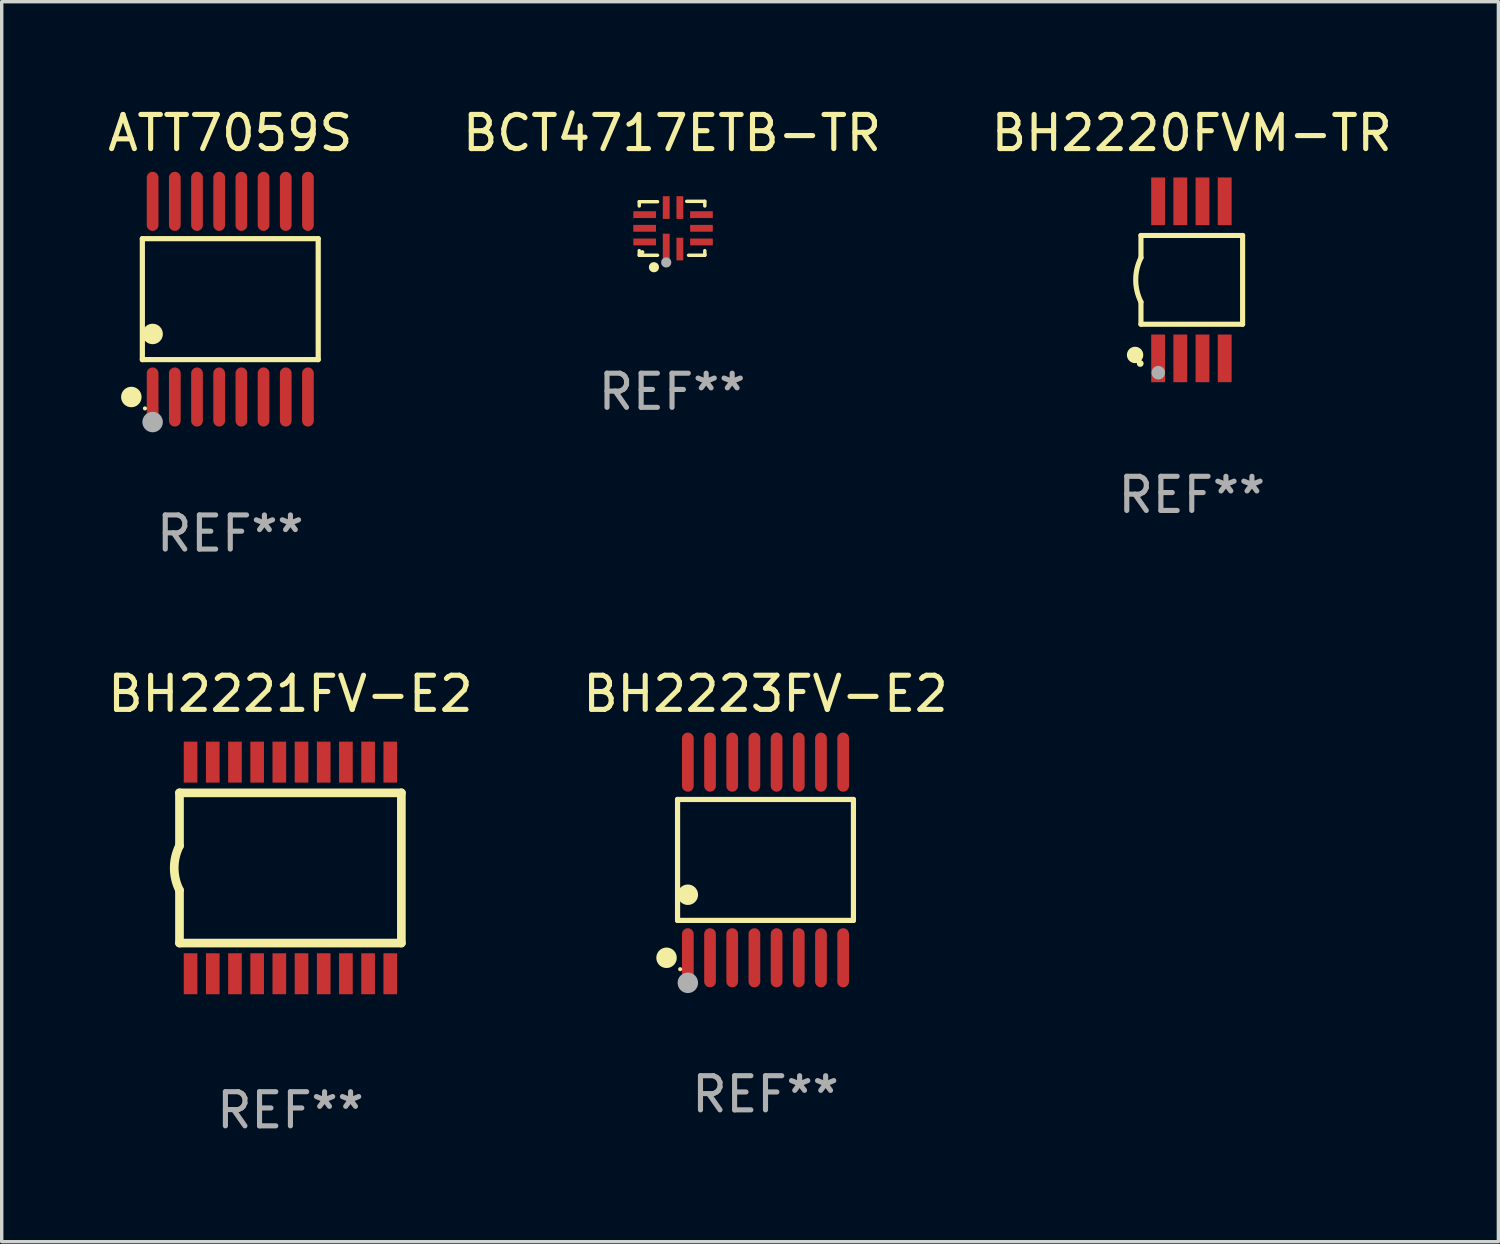
<source format=kicad_pcb>
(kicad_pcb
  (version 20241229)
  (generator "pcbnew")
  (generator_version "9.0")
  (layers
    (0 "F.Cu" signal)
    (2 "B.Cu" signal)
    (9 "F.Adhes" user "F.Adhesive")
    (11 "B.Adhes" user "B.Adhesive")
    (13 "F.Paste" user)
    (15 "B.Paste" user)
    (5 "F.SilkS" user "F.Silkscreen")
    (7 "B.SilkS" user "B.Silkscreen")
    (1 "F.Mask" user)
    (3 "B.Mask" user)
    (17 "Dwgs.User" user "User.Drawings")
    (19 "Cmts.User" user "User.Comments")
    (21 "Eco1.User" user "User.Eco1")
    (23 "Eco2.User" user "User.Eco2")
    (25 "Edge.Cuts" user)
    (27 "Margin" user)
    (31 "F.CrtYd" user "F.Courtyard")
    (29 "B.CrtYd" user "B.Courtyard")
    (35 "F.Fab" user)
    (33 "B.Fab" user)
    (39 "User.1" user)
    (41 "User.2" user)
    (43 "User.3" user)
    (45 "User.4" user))
  (footprint "BH2223FV-E2"
    (layer "F.Cu")
    (at 19.375 22.142)
    (property "Reference" "BH2223FV-E2" (at 0 -4.866 0) (layer "F.SilkS") (effects (font (size 1 1) (thickness 0.15))))
    (attr through_hole)
    (fp_line (start -2.576 -1.772) (end 2.576 -1.772) (stroke (width 0.152) (type solid)) (layer "F.SilkS"))
    (fp_line (start -2.576 1.771) (end -2.576 -1.772) (stroke (width 0.152) (type solid)) (layer "F.SilkS"))
    (fp_line (start 2.576 -1.772) (end 2.576 1.771) (stroke (width 0.152) (type solid)) (layer "F.SilkS"))
    (fp_line (start 2.576 1.771) (end -2.576 1.771) (stroke (width 0.152) (type solid)) (layer "F.SilkS"))
    (fp_circle (center -2.899 2.866) (end -2.749 2.866) (stroke (width 0.3) (type solid)) (fill no) (layer "F.SilkS"))
    (fp_circle (center -2.5 3.2) (end -2.47 3.2) (stroke (width 0.06) (type solid)) (fill no) (layer "F.SilkS"))
    (fp_circle (center -2.275 1.019) (end -2.125 1.019) (stroke (width 0.3) (type solid)) (fill no) (layer "F.SilkS"))
    (fp_circle (center -2.275 3.6) (end -2.125 3.6) (stroke (width 0.3) (type solid)) (fill no) (layer "F.Fab"))
    (fp_text user "REF**" (at 0 6.866 0) (layer "F.Fab") (effects (font (size 1 1) (thickness 0.15))))
    (pad "1" smd oval (at -2.275 2.866) (size 0.343 1.731) (layers "F.Cu" "F.Mask" "F.Paste"))
    (pad "2" smd oval (at -1.625 2.866) (size 0.343 1.731) (layers "F.Cu" "F.Mask" "F.Paste"))
    (pad "3" smd oval (at -0.975 2.866) (size 0.343 1.731) (layers "F.Cu" "F.Mask" "F.Paste"))
    (pad "4" smd oval (at -0.325 2.866) (size 0.343 1.731) (layers "F.Cu" "F.Mask" "F.Paste"))
    (pad "5" smd oval (at 0.325 2.866) (size 0.343 1.731) (layers "F.Cu" "F.Mask" "F.Paste"))
    (pad "6" smd oval (at 0.975 2.866) (size 0.343 1.731) (layers "F.Cu" "F.Mask" "F.Paste"))
    (pad "7" smd oval (at 1.625 2.866) (size 0.343 1.731) (layers "F.Cu" "F.Mask" "F.Paste"))
    (pad "8" smd oval (at 2.275 2.866) (size 0.343 1.731) (layers "F.Cu" "F.Mask" "F.Paste"))
    (pad "9" smd oval (at 2.275 -2.866) (size 0.343 1.731) (layers "F.Cu" "F.Mask" "F.Paste"))
    (pad "10" smd oval (at 1.625 -2.866) (size 0.343 1.731) (layers "F.Cu" "F.Mask" "F.Paste"))
    (pad "11" smd oval (at 0.975 -2.866) (size 0.343 1.731) (layers "F.Cu" "F.Mask" "F.Paste"))
    (pad "12" smd oval (at 0.325 -2.866) (size 0.343 1.731) (layers "F.Cu" "F.Mask" "F.Paste"))
    (pad "13" smd oval (at -0.325 -2.866) (size 0.343 1.731) (layers "F.Cu" "F.Mask" "F.Paste"))
    (pad "14" smd oval (at -0.975 -2.866) (size 0.343 1.731) (layers "F.Cu" "F.Mask" "F.Paste"))
    (pad "15" smd oval (at -1.625 -2.866) (size 0.343 1.731) (layers "F.Cu" "F.Mask" "F.Paste"))
    (pad "16" smd oval (at -2.275 -2.866) (size 0.343 1.731) (layers "F.Cu" "F.Mask" "F.Paste")))
  (footprint "BH2221FV-E2"
    (layer "F.Cu")
    (at 5.458 22.376)
    (property "Reference" "BH2221FV-E2" (at 0 -5.1 0) (layer "F.SilkS") (effects (font (size 1 1) (thickness 0.15))))
    (attr through_hole)
    (fp_line (start -3.25 -2.2) (end -3.25 -0.65) (stroke (width 0.254) (type solid)) (layer "F.SilkS"))
    (fp_line (start -3.25 2.2) (end -3.25 0.65) (stroke (width 0.254) (type solid)) (layer "F.SilkS"))
    (fp_line (start -3.25 2.2) (end 3.25 2.2) (stroke (width 0.254) (type solid)) (layer "F.SilkS"))
    (fp_line (start 3.25 -2.2) (end -3.25 -2.2) (stroke (width 0.254) (type solid)) (layer "F.SilkS"))
    (fp_line (start 3.25 -2.2) (end 3.25 2.2) (stroke (width 0.254) (type solid)) (layer "F.SilkS"))
    (fp_arc (start -3.25108 0.650114) (mid -3.404175 -0.000076) (end -3.250013 -0.650013) (stroke (width 0.254001) (type solid)) (layer "F.SilkS"))
    (fp_text user "REF**" (at 0 7.1 0) (layer "F.Fab") (effects (font (size 1 1) (thickness 0.15))))
    (pad "1" smd rect (at -2.925 3.1 180) (size 0.4 1.2) (layers "F.Cu" "F.Mask" "F.Paste"))
    (pad "2" smd rect (at -2.275 3.1 180) (size 0.4 1.2) (layers "F.Cu" "F.Mask" "F.Paste"))
    (pad "3" smd rect (at -1.625 3.1 180) (size 0.4 1.2) (layers "F.Cu" "F.Mask" "F.Paste"))
    (pad "4" smd rect (at -0.975 3.1 180) (size 0.4 1.2) (layers "F.Cu" "F.Mask" "F.Paste"))
    (pad "5" smd rect (at -0.325 3.1 180) (size 0.4 1.2) (layers "F.Cu" "F.Mask" "F.Paste"))
    (pad "6" smd rect (at 0.325 3.1 180) (size 0.4 1.2) (layers "F.Cu" "F.Mask" "F.Paste"))
    (pad "7" smd rect (at 0.975 3.1 180) (size 0.4 1.2) (layers "F.Cu" "F.Mask" "F.Paste"))
    (pad "8" smd rect (at 1.625 3.1 180) (size 0.4 1.2) (layers "F.Cu" "F.Mask" "F.Paste"))
    (pad "9" smd rect (at 2.275 3.1 180) (size 0.4 1.2) (layers "F.Cu" "F.Mask" "F.Paste"))
    (pad "10" smd rect (at 2.925 3.1 180) (size 0.4 1.2) (layers "F.Cu" "F.Mask" "F.Paste"))
    (pad "11" smd rect (at 2.925 -3.1 180) (size 0.4 1.2) (layers "F.Cu" "F.Mask" "F.Paste"))
    (pad "12" smd rect (at 2.275 -3.1 180) (size 0.4 1.2) (layers "F.Cu" "F.Mask" "F.Paste"))
    (pad "13" smd rect (at 1.625 -3.1 180) (size 0.4 1.2) (layers "F.Cu" "F.Mask" "F.Paste"))
    (pad "14" smd rect (at 0.975 -3.1 180) (size 0.4 1.2) (layers "F.Cu" "F.Mask" "F.Paste"))
    (pad "15" smd rect (at 0.325 -3.1 180) (size 0.4 1.2) (layers "F.Cu" "F.Mask" "F.Paste"))
    (pad "16" smd rect (at -0.325 -3.1 180) (size 0.4 1.2) (layers "F.Cu" "F.Mask" "F.Paste"))
    (pad "17" smd rect (at -0.975 -3.1 180) (size 0.4 1.2) (layers "F.Cu" "F.Mask" "F.Paste"))
    (pad "18" smd rect (at -1.625 -3.1 180) (size 0.4 1.2) (layers "F.Cu" "F.Mask" "F.Paste"))
    (pad "19" smd rect (at -2.275 -3.1 180) (size 0.4 1.2) (layers "F.Cu" "F.Mask" "F.Paste"))
    (pad "20" smd rect (at -2.925 -3.1 180) (size 0.4 1.2) (layers "F.Cu" "F.Mask" "F.Paste")))
  (footprint "BCT4717ETB-TR"
    (layer "F.Cu")
    (at 16.637 3.638)
    (property "Reference" "BCT4717ETB-TR" (at 0 -2.79 0) (layer "F.SilkS") (effects (font (size 1 1) (thickness 0.15))))
    (attr through_hole)
    (fp_line (start -0.96 -0.78) (end -0.424 -0.78) (stroke (width 0.1) (type solid)) (layer "F.SilkS"))
    (fp_line (start -0.96 -0.654) (end -0.96 -0.78) (stroke (width 0.1) (type solid)) (layer "F.SilkS"))
    (fp_line (start -0.96 0.79) (end -0.96 0.654) (stroke (width 0.1) (type solid)) (layer "F.SilkS"))
    (fp_line (start -0.424 0.79) (end -0.96 0.79) (stroke (width 0.1) (type solid)) (layer "F.SilkS"))
    (fp_line (start 0.43 -0.79) (end 0.96 -0.79) (stroke (width 0.1) (type solid)) (layer "F.SilkS"))
    (fp_line (start 0.96 -0.79) (end 0.96 -0.654) (stroke (width 0.1) (type solid)) (layer "F.SilkS"))
    (fp_line (start 0.96 0.654) (end 0.96 0.76) (stroke (width 0.1) (type solid)) (layer "F.SilkS"))
    (fp_line (start 0.96 0.76) (end 0.96 0.79) (stroke (width 0.1) (type solid)) (layer "F.SilkS"))
    (fp_line (start 0.96 0.79) (end 0.484 0.79) (stroke (width 0.1) (type solid)) (layer "F.SilkS"))
    (fp_circle (center -0.87 0.7) (end -0.84 0.7) (stroke (width 0.06) (type solid)) (fill no) (layer "F.SilkS"))
    (fp_circle (center -0.53 1.14) (end -0.455 1.14) (stroke (width 0.15) (type solid)) (fill no) (layer "F.SilkS"))
    (fp_circle (center -0.17 1) (end -0.095 1) (stroke (width 0.15) (type solid)) (fill no) (layer "F.Fab"))
    (fp_text user "REF**" (at 0 4.79 0) (layer "F.Fab") (effects (font (size 1 1) (thickness 0.15))))
    (pad "1" smd rect (at -0.17 0.608) (size 0.2 0.9) (layers "F.Cu" "F.Mask" "F.Paste"))
    (pad "2" smd rect (at 0.23 0.608) (size 0.2 0.665) (layers "F.Cu" "F.Mask" "F.Paste"))
    (pad "3" smd rect (at 0.862 0.4) (size 0.665 0.2) (layers "F.Cu" "F.Mask" "F.Paste"))
    (pad "4" smd rect (at 0.862 0) (size 0.665 0.2) (layers "F.Cu" "F.Mask" "F.Paste"))
    (pad "5" smd rect (at 0.862 -0.4) (size 0.665 0.2) (layers "F.Cu" "F.Mask" "F.Paste"))
    (pad "6" smd rect (at 0.23 -0.608) (size 0.2 0.665) (layers "F.Cu" "F.Mask" "F.Paste"))
    (pad "7" smd rect (at -0.17 -0.608) (size 0.2 0.665) (layers "F.Cu" "F.Mask" "F.Paste"))
    (pad "8" smd rect (at -0.802 -0.4) (size 0.665 0.2) (layers "F.Cu" "F.Mask" "F.Paste"))
    (pad "9" smd rect (at -0.802 0) (size 0.665 0.2) (layers "F.Cu" "F.Mask" "F.Paste"))
    (pad "10" smd rect (at -0.802 0.4) (size 0.665 0.2) (layers "F.Cu" "F.Mask" "F.Paste")))
  (footprint "BH2220FVM-TR"
    (layer "F.Cu")
    (at 31.863 5.148)
    (property "Reference" "BH2220FVM-TR" (at 0 -4.3 0) (layer "F.SilkS") (effects (font (size 1 1) (thickness 0.15))))
    (attr through_hole)
    (fp_line (start -1.489 -1.3) (end -1.489 -0.648) (stroke (width 0.15) (type solid)) (layer "F.SilkS"))
    (fp_line (start -1.489 0.648) (end -1.489 1.3) (stroke (width 0.15) (type solid)) (layer "F.SilkS"))
    (fp_line (start -1.489 1.3) (end 1.489 1.3) (stroke (width 0.15) (type solid)) (layer "F.SilkS"))
    (fp_line (start 1.489 -1.3) (end -1.489 -1.3) (stroke (width 0.15) (type solid)) (layer "F.SilkS"))
    (fp_line (start 1.489 1.3) (end 1.489 -1.3) (stroke (width 0.15) (type solid)) (layer "F.SilkS"))
    (fp_arc (start -1.489205 0.647702) (mid -1.642107 0) (end -1.489205 -0.647701) (stroke (width 0.150013) (type solid)) (layer "F.SilkS"))
    (fp_circle (center -1.661 2.2) (end -1.541 2.2) (stroke (width 0.24) (type solid)) (fill no) (layer "F.SilkS"))
    (fp_circle (center -1.511 2.45) (end -1.461 2.45) (stroke (width 0.1) (type solid)) (fill no) (layer "F.SilkS"))
    (fp_circle (center -0.981 2.72) (end -0.881 2.72) (stroke (width 0.2) (type solid)) (fill no) (layer "F.Fab"))
    (fp_text user "REF**" (at 0 6.3 0) (layer "F.Fab") (effects (font (size 1 1) (thickness 0.15))))
    (pad "1" smd rect (at -0.986 2.3) (size 0.406 1.397) (layers "F.Cu" "F.Mask" "F.Paste"))
    (pad "2" smd rect (at -0.336 2.3) (size 0.406 1.397) (layers "F.Cu" "F.Mask" "F.Paste"))
    (pad "3" smd rect (at 0.314 2.3) (size 0.406 1.397) (layers "F.Cu" "F.Mask" "F.Paste"))
    (pad "4" smd rect (at 0.964 2.3) (size 0.406 1.397) (layers "F.Cu" "F.Mask" "F.Paste"))
    (pad "5" smd rect (at 0.964 -2.3) (size 0.406 1.397) (layers "F.Cu" "F.Mask" "F.Paste"))
    (pad "6" smd rect (at 0.314 -2.3) (size 0.406 1.397) (layers "F.Cu" "F.Mask" "F.Paste"))
    (pad "7" smd rect (at -0.336 -2.3) (size 0.406 1.397) (layers "F.Cu" "F.Mask" "F.Paste"))
    (pad "8" smd rect (at -0.986 -2.3) (size 0.406 1.397) (layers "F.Cu" "F.Mask" "F.Paste")))
  (footprint "ATT7059S"
    (layer "F.Cu")
    (at 3.696 5.714)
    (property "Reference" "ATT7059S" (at 0 -4.866 0) (layer "F.SilkS") (effects (font (size 1 1) (thickness 0.15))))
    (attr through_hole)
    (fp_line (start -2.576 -1.772) (end 2.576 -1.772) (stroke (width 0.152) (type solid)) (layer "F.SilkS"))
    (fp_line (start -2.576 1.771) (end -2.576 -1.772) (stroke (width 0.152) (type solid)) (layer "F.SilkS"))
    (fp_line (start 2.576 -1.772) (end 2.576 1.771) (stroke (width 0.152) (type solid)) (layer "F.SilkS"))
    (fp_line (start 2.576 1.771) (end -2.576 1.771) (stroke (width 0.152) (type solid)) (layer "F.SilkS"))
    (fp_circle (center -2.899 2.866) (end -2.749 2.866) (stroke (width 0.3) (type solid)) (fill no) (layer "F.SilkS"))
    (fp_circle (center -2.5 3.2) (end -2.47 3.2) (stroke (width 0.06) (type solid)) (fill no) (layer "F.SilkS"))
    (fp_circle (center -2.275 1.019) (end -2.125 1.019) (stroke (width 0.3) (type solid)) (fill no) (layer "F.SilkS"))
    (fp_circle (center -2.275 3.6) (end -2.125 3.6) (stroke (width 0.3) (type solid)) (fill no) (layer "F.Fab"))
    (fp_text user "REF**" (at 0 6.866 0) (layer "F.Fab") (effects (font (size 1 1) (thickness 0.15))))
    (pad "1" smd oval (at -2.275 2.866) (size 0.343 1.731) (layers "F.Cu" "F.Mask" "F.Paste"))
    (pad "2" smd oval (at -1.625 2.866) (size 0.343 1.731) (layers "F.Cu" "F.Mask" "F.Paste"))
    (pad "3" smd oval (at -0.975 2.866) (size 0.343 1.731) (layers "F.Cu" "F.Mask" "F.Paste"))
    (pad "4" smd oval (at -0.325 2.866) (size 0.343 1.731) (layers "F.Cu" "F.Mask" "F.Paste"))
    (pad "5" smd oval (at 0.325 2.866) (size 0.343 1.731) (layers "F.Cu" "F.Mask" "F.Paste"))
    (pad "6" smd oval (at 0.975 2.866) (size 0.343 1.731) (layers "F.Cu" "F.Mask" "F.Paste"))
    (pad "7" smd oval (at 1.625 2.866) (size 0.343 1.731) (layers "F.Cu" "F.Mask" "F.Paste"))
    (pad "8" smd oval (at 2.275 2.866) (size 0.343 1.731) (layers "F.Cu" "F.Mask" "F.Paste"))
    (pad "9" smd oval (at 2.275 -2.866) (size 0.343 1.731) (layers "F.Cu" "F.Mask" "F.Paste"))
    (pad "10" smd oval (at 1.625 -2.866) (size 0.343 1.731) (layers "F.Cu" "F.Mask" "F.Paste"))
    (pad "11" smd oval (at 0.975 -2.866) (size 0.343 1.731) (layers "F.Cu" "F.Mask" "F.Paste"))
    (pad "12" smd oval (at 0.325 -2.866) (size 0.343 1.731) (layers "F.Cu" "F.Mask" "F.Paste"))
    (pad "13" smd oval (at -0.325 -2.866) (size 0.343 1.731) (layers "F.Cu" "F.Mask" "F.Paste"))
    (pad "14" smd oval (at -0.975 -2.866) (size 0.343 1.731) (layers "F.Cu" "F.Mask" "F.Paste"))
    (pad "15" smd oval (at -1.625 -2.866) (size 0.343 1.731) (layers "F.Cu" "F.Mask" "F.Paste"))
    (pad "16" smd oval (at -2.275 -2.866) (size 0.343 1.731) (layers "F.Cu" "F.Mask" "F.Paste")))
  (gr_rect
    (start -3 -3)
    (end 40.845 33.325)
    (stroke (width 0.1) (type default))
    (fill no)
    (layer "Edge.Cuts")))
</source>
